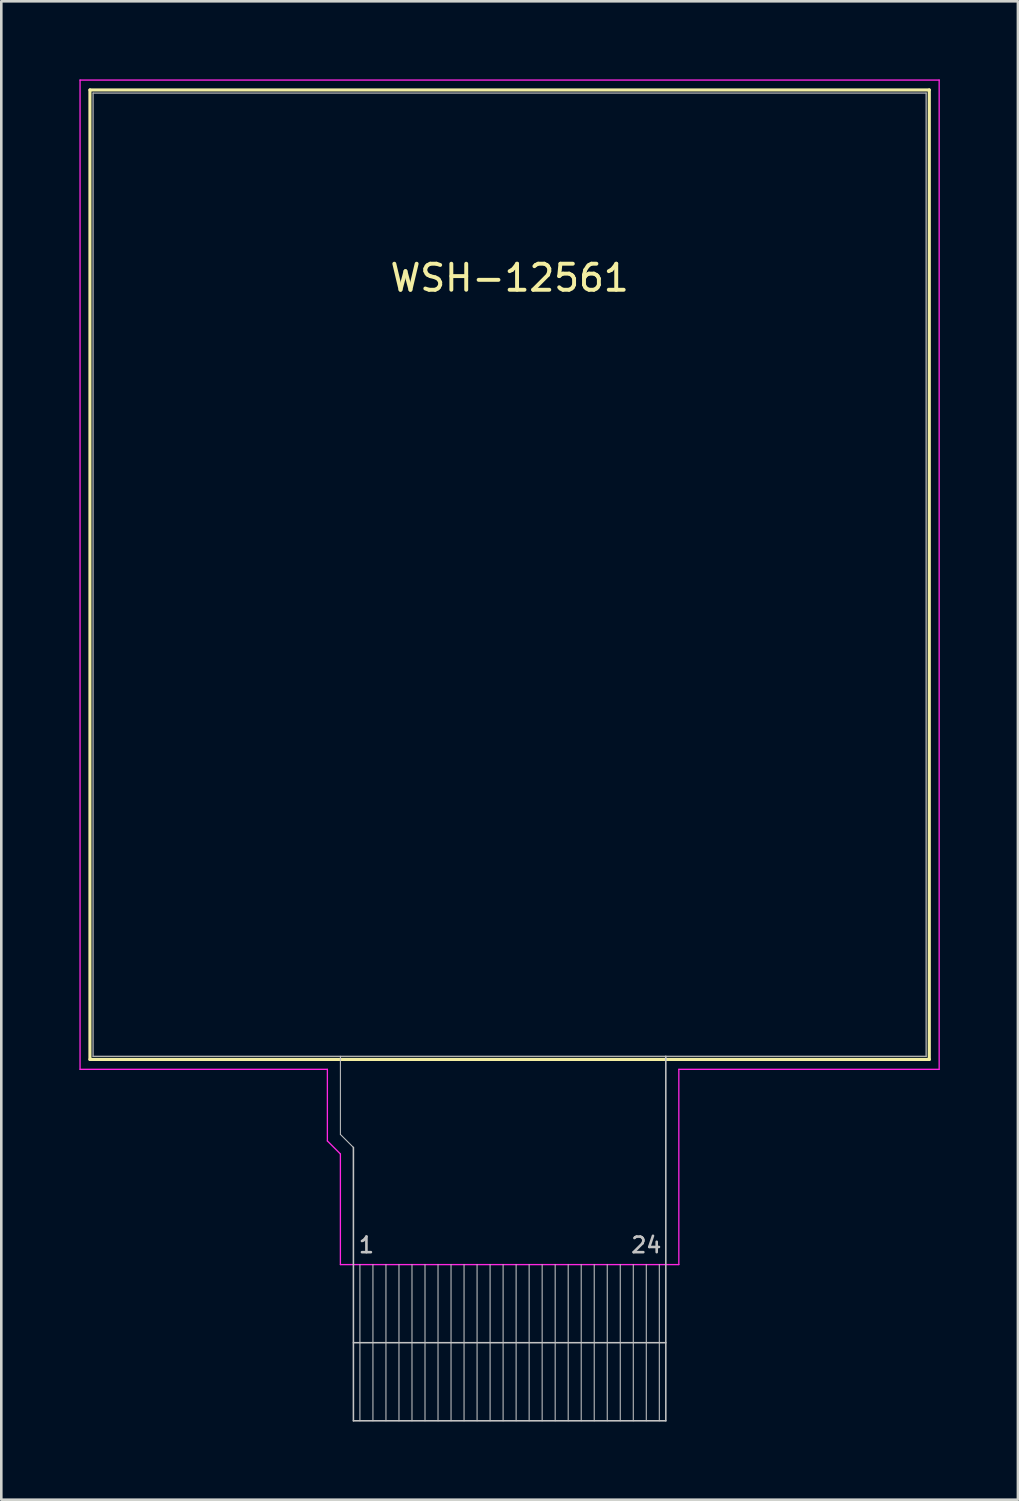
<source format=kicad_pcb>
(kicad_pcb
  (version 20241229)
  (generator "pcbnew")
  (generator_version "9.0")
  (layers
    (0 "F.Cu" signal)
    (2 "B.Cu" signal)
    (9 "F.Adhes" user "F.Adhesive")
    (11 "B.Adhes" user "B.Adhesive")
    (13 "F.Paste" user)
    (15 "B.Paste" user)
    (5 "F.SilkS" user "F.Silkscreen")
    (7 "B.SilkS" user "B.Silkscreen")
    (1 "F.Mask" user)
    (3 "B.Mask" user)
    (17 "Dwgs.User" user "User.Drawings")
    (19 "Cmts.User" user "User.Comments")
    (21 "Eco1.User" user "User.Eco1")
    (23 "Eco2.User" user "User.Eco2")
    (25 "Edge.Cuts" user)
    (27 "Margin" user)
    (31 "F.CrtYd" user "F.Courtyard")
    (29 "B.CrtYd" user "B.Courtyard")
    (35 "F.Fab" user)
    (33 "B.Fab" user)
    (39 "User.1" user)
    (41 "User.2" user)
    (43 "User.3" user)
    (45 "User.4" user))
  (footprint "WSH-12561"
    (layer "F.Cu")
    (at 16.525 19.025)
    (property "Reference" "WSH-12561" (at 0 -11.4 180) (layer "F.SilkS") (effects (font (size 1 1) (thickness 0.15))))
    (attr smd)
    (fp_line (start -16.12 -18.62) (end 16.12 -18.62) (stroke (width 0.12) (type solid)) (layer "F.SilkS"))
    (fp_line (start -16.12 18.62) (end -16.12 -18.62) (stroke (width 0.12) (type solid)) (layer "F.SilkS"))
    (fp_line (start 16.12 -18.62) (end 16.12 18.62) (stroke (width 0.12) (type solid)) (layer "F.SilkS"))
    (fp_line (start 16.12 18.62) (end -16.12 18.62) (stroke (width 0.12) (type solid)) (layer "F.SilkS"))
    (fp_line (start -6.5 18.5) (end -6.5 21.5) (stroke (width 0.04) (type solid)) (layer "Dwgs.User"))
    (fp_line (start -6.5 21.5) (end -6 22) (stroke (width 0.04) (type solid)) (layer "Dwgs.User"))
    (fp_line (start -6 22) (end -6 32.5) (stroke (width 0.06) (type solid)) (layer "Dwgs.User"))
    (fp_line (start -6 29.5) (end 6 29.5) (stroke (width 0.06) (type solid)) (layer "Dwgs.User"))
    (fp_line (start -6 32.5) (end 6 32.5) (stroke (width 0.06) (type solid)) (layer "Dwgs.User"))
    (fp_line (start -5.75 26.5) (end -5.75 32.5) (stroke (width 0.04) (type solid)) (layer "Dwgs.User"))
    (fp_line (start -5.25 26.5) (end -5.25 32.5) (stroke (width 0.04) (type solid)) (layer "Dwgs.User"))
    (fp_line (start -4.75 26.5) (end -4.75 32.5) (stroke (width 0.04) (type solid)) (layer "Dwgs.User"))
    (fp_line (start -4.25 26.5) (end -4.25 32.5) (stroke (width 0.04) (type solid)) (layer "Dwgs.User"))
    (fp_line (start -3.75 26.5) (end -3.75 32.5) (stroke (width 0.04) (type solid)) (layer "Dwgs.User"))
    (fp_line (start -3.25 26.5) (end -3.25 32.5) (stroke (width 0.04) (type solid)) (layer "Dwgs.User"))
    (fp_line (start -2.75 26.5) (end -2.75 32.5) (stroke (width 0.04) (type solid)) (layer "Dwgs.User"))
    (fp_line (start -2.25 26.5) (end -2.25 32.5) (stroke (width 0.04) (type solid)) (layer "Dwgs.User"))
    (fp_line (start -1.75 26.5) (end -1.75 32.5) (stroke (width 0.04) (type solid)) (layer "Dwgs.User"))
    (fp_line (start -1.25 26.5) (end -1.25 32.5) (stroke (width 0.04) (type solid)) (layer "Dwgs.User"))
    (fp_line (start -0.75 26.5) (end -0.75 32.5) (stroke (width 0.04) (type solid)) (layer "Dwgs.User"))
    (fp_line (start -0.25 26.5) (end -0.25 32.5) (stroke (width 0.04) (type solid)) (layer "Dwgs.User"))
    (fp_line (start 0.25 26.5) (end 0.25 32.5) (stroke (width 0.04) (type solid)) (layer "Dwgs.User"))
    (fp_line (start 0.75 26.5) (end 0.75 32.5) (stroke (width 0.04) (type solid)) (layer "Dwgs.User"))
    (fp_line (start 1.25 26.5) (end 1.25 32.5) (stroke (width 0.04) (type solid)) (layer "Dwgs.User"))
    (fp_line (start 1.75 26.5) (end 1.75 32.5) (stroke (width 0.04) (type solid)) (layer "Dwgs.User"))
    (fp_line (start 2.25 26.5) (end 2.25 32.5) (stroke (width 0.04) (type solid)) (layer "Dwgs.User"))
    (fp_line (start 2.75 26.5) (end 2.75 32.5) (stroke (width 0.04) (type solid)) (layer "Dwgs.User"))
    (fp_line (start 3.25 26.5) (end 3.25 32.5) (stroke (width 0.04) (type solid)) (layer "Dwgs.User"))
    (fp_line (start 3.75 26.5) (end 3.75 32.5) (stroke (width 0.04) (type solid)) (layer "Dwgs.User"))
    (fp_line (start 4.25 26.5) (end 4.25 32.5) (stroke (width 0.04) (type solid)) (layer "Dwgs.User"))
    (fp_line (start 4.75 26.5) (end 4.75 32.5) (stroke (width 0.04) (type solid)) (layer "Dwgs.User"))
    (fp_line (start 5.25 26.5) (end 5.25 32.5) (stroke (width 0.04) (type solid)) (layer "Dwgs.User"))
    (fp_line (start 5.75 26.5) (end 5.75 32.5) (stroke (width 0.04) (type solid)) (layer "Dwgs.User"))
    (fp_line (start 6 18.5) (end 6 32.5) (stroke (width 0.06) (type solid)) (layer "Dwgs.User"))
    (fp_line (start -16.5 -19) (end 16.5 -19) (stroke (width 0.05) (type solid)) (layer "F.CrtYd"))
    (fp_line (start -16.5 19) (end -16.5 -19) (stroke (width 0.05) (type solid)) (layer "F.CrtYd"))
    (fp_line (start -7 19) (end -16.5 19) (stroke (width 0.05) (type solid)) (layer "F.CrtYd"))
    (fp_line (start -7 19) (end -7 21.75) (stroke (width 0.05) (type solid)) (layer "F.CrtYd"))
    (fp_line (start -7 21.75) (end -6.5 22.25) (stroke (width 0.05) (type solid)) (layer "F.CrtYd"))
    (fp_line (start -6.5 22.25) (end -6.5 26.5) (stroke (width 0.05) (type solid)) (layer "F.CrtYd"))
    (fp_line (start -6.5 26.5) (end 6.5 26.5) (stroke (width 0.05) (type solid)) (layer "F.CrtYd"))
    (fp_line (start 6.5 26.5) (end 6.5 19) (stroke (width 0.05) (type solid)) (layer "F.CrtYd"))
    (fp_line (start 16.5 -19) (end 16.5 19) (stroke (width 0.05) (type solid)) (layer "F.CrtYd"))
    (fp_line (start 16.5 19) (end 6.5 19) (stroke (width 0.05) (type solid)) (layer "F.CrtYd"))
    (fp_line (start -16 -18.5) (end 16 -18.5) (stroke (width 0.05) (type solid)) (layer "F.Fab"))
    (fp_line (start -16 18.5) (end -16 -18.5) (stroke (width 0.05) (type solid)) (layer "F.Fab"))
    (fp_line (start 16 -18.5) (end 16 18.5) (stroke (width 0.05) (type solid)) (layer "F.Fab"))
    (fp_line (start 16 18.5) (end -16 18.5) (stroke (width 0.05) (type solid)) (layer "F.Fab"))
    (fp_text user "24" (at 5.25 25.75 0) (layer "Dwgs.User") (effects (font (size 0.6 0.6) (thickness 0.1))))
    (fp_text user "1" (at -5.5 25.75 0) (layer "Dwgs.User") (effects (font (size 0.6 0.6) (thickness 0.1)))))
  (gr_rect
    (start -3 -3)
    (end 36.05 54.555)
    (stroke (width 0.1) (type default))
    (fill no)
    (layer "Edge.Cuts")))
</source>
